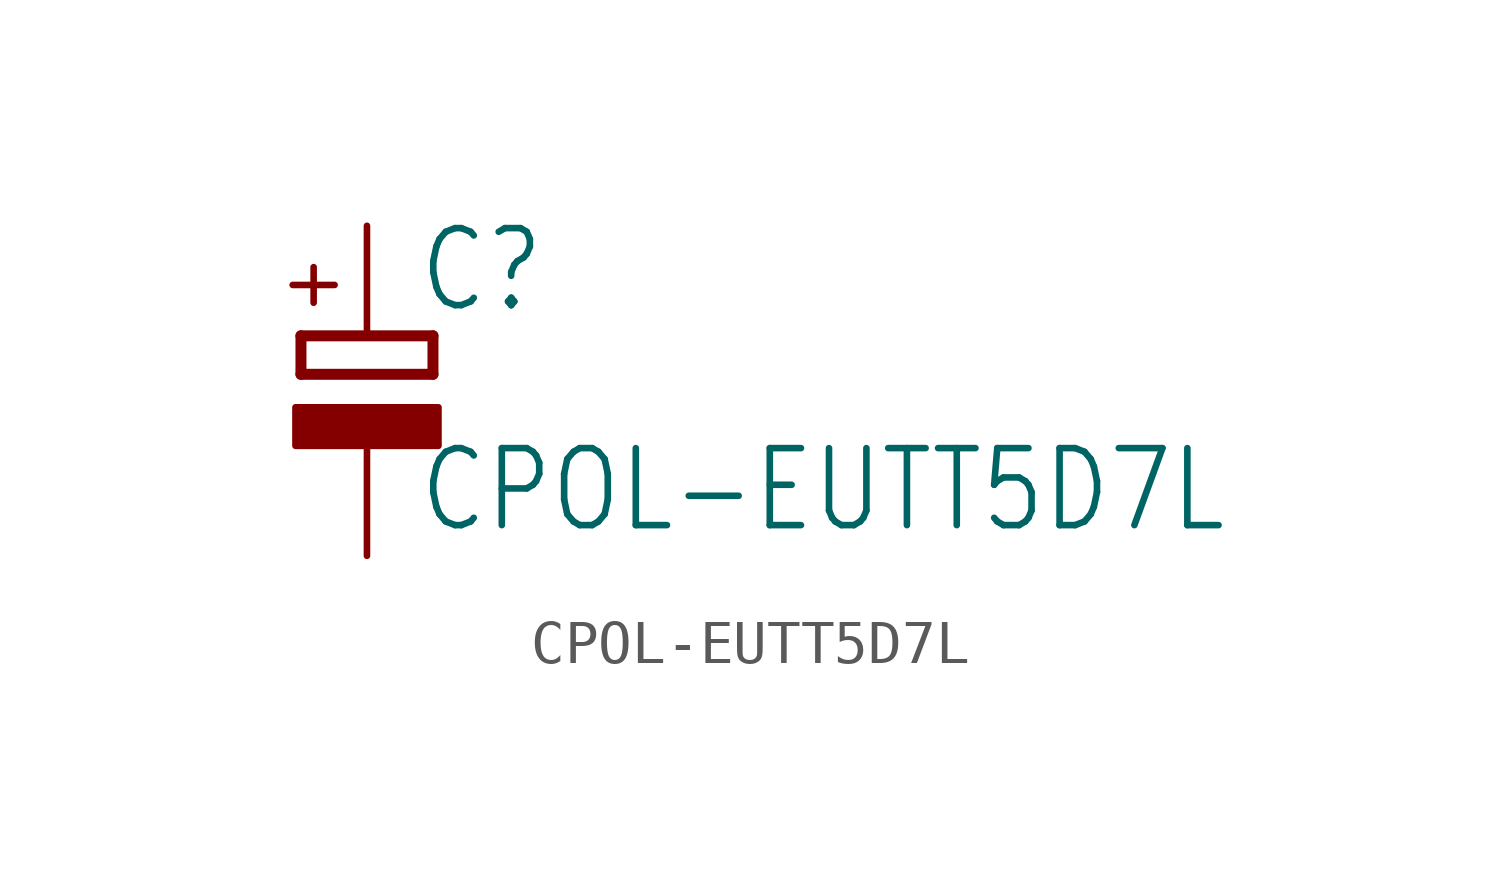
<source format=kicad_sym>
(kicad_symbol_lib
  (version 20211014)
  (generator kicad_symbol_editor)
  (symbol "CPOL-EUTT5D7L"
    (property "Reference" "C"
      (at 1.143 0.483 0)
      (effects (font (size 1.778 1.511)) (justify left bottom)))
    (property "Value" "CPOL-EUTT5D7L"
      (at 1.143 -4.597 0)
      (effects (font (size 1.778 1.511)) (justify left bottom)))
    (property "ki_locked" ""
      (at 0 0 0)
      (effects (font (size 1.27 1.27))))
    (symbol "CPOL-EUTT5D7L_1_0"
      (rectangle (start -1.651 -2.54) (end 1.651 -1.651) (stroke (width 0) (type default) (color 0 0 0 0)) (fill (type outline)))
      (polyline (pts (xy -1.524 -0.889) (xy 1.524 -0.889)) (stroke (width 0.254) (type default) (color 0 0 0 0)) (fill (type none)))
      (polyline (pts (xy -1.524 0) (xy -1.524 -0.889)) (stroke (width 0.254) (type default) (color 0 0 0 0)) (fill (type none)))
      (polyline (pts (xy -1.524 0) (xy 1.524 0)) (stroke (width 0.254) (type default) (color 0 0 0 0)) (fill (type none)))
      (polyline (pts (xy 1.524 -0.889) (xy 1.524 0)) (stroke (width 0.254) (type default) (color 0 0 0 0)) (fill (type none)))
      (text "+" (at -0.584 0.406 900) (effects (font (size 1.27 1.079)) (justify left bottom)))
      (pin passive line (at 0 2.54 270) (length 2.54) (name "+" (effects (font (size 0 0)))) (number "+" (effects (font (size 0 0)))))
      (pin passive line (at 0 -5.08 90) (length 2.54) (name "-" (effects (font (size 0 0)))) (number "-" (effects (font (size 0 0))))))))
</source>
